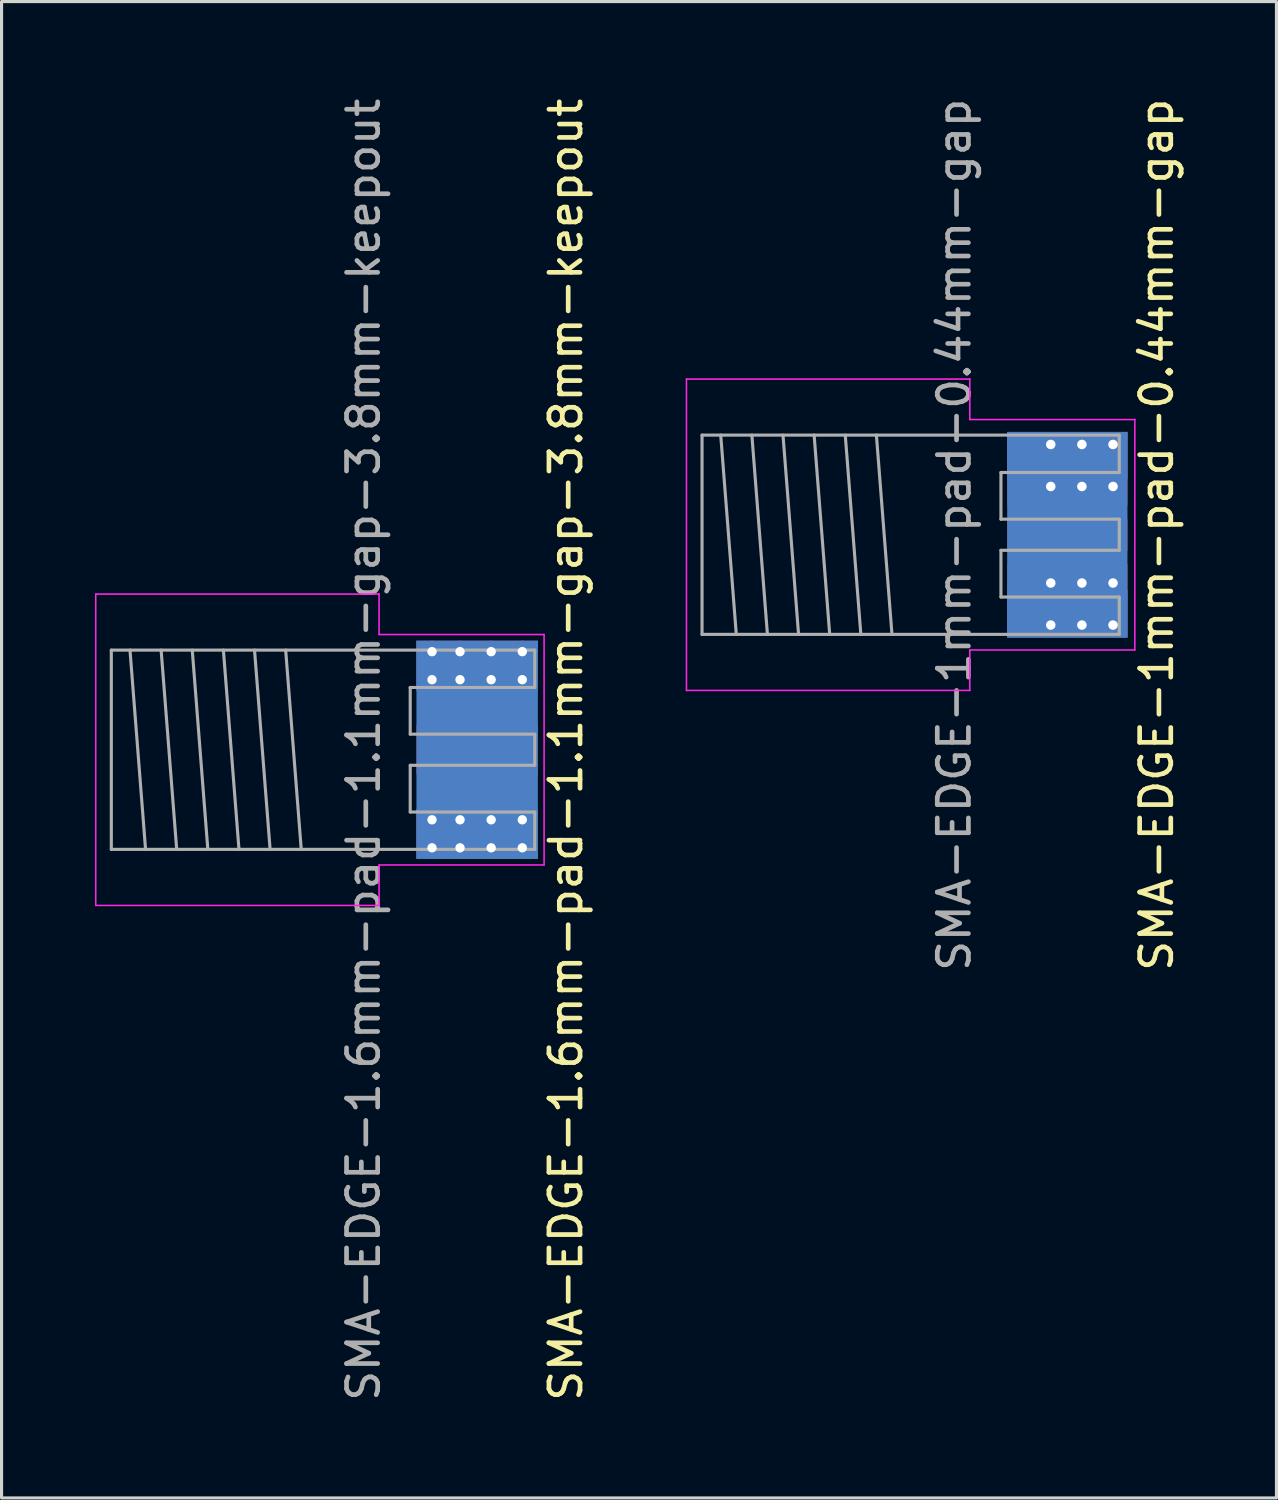
<source format=kicad_pcb>
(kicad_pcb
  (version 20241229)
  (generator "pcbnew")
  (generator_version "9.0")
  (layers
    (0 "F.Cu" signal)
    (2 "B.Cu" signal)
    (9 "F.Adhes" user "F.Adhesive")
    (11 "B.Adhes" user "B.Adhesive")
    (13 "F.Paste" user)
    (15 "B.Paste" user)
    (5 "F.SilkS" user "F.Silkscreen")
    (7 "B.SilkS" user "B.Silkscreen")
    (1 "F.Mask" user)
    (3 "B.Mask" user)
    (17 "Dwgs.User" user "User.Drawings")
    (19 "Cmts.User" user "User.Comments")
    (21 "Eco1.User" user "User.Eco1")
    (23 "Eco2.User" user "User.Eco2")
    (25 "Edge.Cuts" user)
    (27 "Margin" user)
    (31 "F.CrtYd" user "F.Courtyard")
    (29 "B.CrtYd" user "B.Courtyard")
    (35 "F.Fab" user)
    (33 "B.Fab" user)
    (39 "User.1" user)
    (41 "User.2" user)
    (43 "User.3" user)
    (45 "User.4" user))
  (footprint "SMA-EDGE-1mm-pad-0.44mm-gap"
    (layer "F.Cu")
    (at 29.098 14.125)
    (property "Reference" "SMA-EDGE-1mm-pad-0.44mm-gap" (at 5 0 90) (layer "F.SilkS") (effects (font (size 1 1) (thickness 0.15))))
    (attr through_hole)
    (fp_line (start -10.1 -5) (end -10.1 5) (stroke (width 0.05) (type solid)) (layer "F.CrtYd"))
    (fp_line (start -10.1 -5) (end -1 -5) (stroke (width 0.05) (type solid)) (layer "F.CrtYd"))
    (fp_line (start -10.1 5) (end -1 5) (stroke (width 0.05) (type solid)) (layer "F.CrtYd"))
    (fp_line (start -1 -5) (end -1 -3.7) (stroke (width 0.05) (type solid)) (layer "F.CrtYd"))
    (fp_line (start -1 3.7) (end 4.3 3.7) (stroke (width 0.05) (type solid)) (layer "F.CrtYd"))
    (fp_line (start -1 5) (end -1 3.7) (stroke (width 0.05) (type solid)) (layer "F.CrtYd"))
    (fp_line (start 4.3 -3.7) (end -1 -3.7) (stroke (width 0.05) (type solid)) (layer "F.CrtYd"))
    (fp_line (start 4.3 3.7) (end 4.3 -3.7) (stroke (width 0.05) (type solid)) (layer "F.CrtYd"))
    (fp_line (start -9.6 -3.2) (end 3.8 -3.2) (stroke (width 0.1) (type solid)) (layer "F.Fab"))
    (fp_line (start -9.6 3.2) (end -9.6 -3.2) (stroke (width 0.1) (type solid)) (layer "F.Fab"))
    (fp_line (start -9.6 3.2) (end 3.8 3.2) (stroke (width 0.1) (type solid)) (layer "F.Fab"))
    (fp_line (start -9 -3.2) (end -8.5 3.2) (stroke (width 0.1) (type solid)) (layer "F.Fab"))
    (fp_line (start -8 -3.2) (end -7.5 3.2) (stroke (width 0.1) (type solid)) (layer "F.Fab"))
    (fp_line (start -7 -3.2) (end -6.5 3.2) (stroke (width 0.1) (type solid)) (layer "F.Fab"))
    (fp_line (start -6 -3.2) (end -5.5 3.2) (stroke (width 0.1) (type solid)) (layer "F.Fab"))
    (fp_line (start -5 -3.2) (end -4.5 3.2) (stroke (width 0.1) (type solid)) (layer "F.Fab"))
    (fp_line (start -4 -3.2) (end -3.5 3.2) (stroke (width 0.1) (type solid)) (layer "F.Fab"))
    (fp_line (start 0 -2) (end 3.8 -2) (stroke (width 0.1) (type solid)) (layer "F.Fab"))
    (fp_line (start 0 -0.5) (end 0 -2) (stroke (width 0.1) (type solid)) (layer "F.Fab"))
    (fp_line (start 0 0.5) (end 3.8 0.5) (stroke (width 0.1) (type solid)) (layer "F.Fab"))
    (fp_line (start 0 2) (end 0 0.5) (stroke (width 0.1) (type solid)) (layer "F.Fab"))
    (fp_line (start 3.8 -2) (end 3.8 -3.2) (stroke (width 0.1) (type solid)) (layer "F.Fab"))
    (fp_line (start 3.8 -0.5) (end 0 -0.5) (stroke (width 0.1) (type solid)) (layer "F.Fab"))
    (fp_line (start 3.8 0.5) (end 3.8 -0.5) (stroke (width 0.1) (type solid)) (layer "F.Fab"))
    (fp_line (start 3.8 2) (end 0 2) (stroke (width 0.1) (type solid)) (layer "F.Fab"))
    (fp_line (start 3.8 3.2) (end 3.8 2) (stroke (width 0.1) (type solid)) (layer "F.Fab"))
    (fp_text user "${REFERENCE}" (at -1.5 0 90) (layer "F.Fab") (effects (font (size 1 1) (thickness 0.15))))
    (pad "1" smd rect (at 2.132 0) (size 3.864 1) (layers "F.Cu" "F.Mask"))
    (pad "2" thru_hole circle (at 1.6 -2.9) (size 0.762 0.762) (drill 0.305) (layers "*.Cu" "*.Mask"))
    (pad "2" thru_hole circle (at 1.6 -1.55) (size 0.762 0.762) (drill 0.305) (layers "*.Cu" "*.Mask"))
    (pad "2" thru_hole circle (at 1.6 1.55) (size 0.762 0.762) (drill 0.305) (layers "*.Cu" "*.Mask"))
    (pad "2" thru_hole circle (at 1.6 2.9) (size 0.762 0.762) (drill 0.305) (layers "*.Cu" "*.Mask"))
    (pad "2" smd rect (at 2.132 -2.54) (size 3.864 1.524) (layers "B.Cu" "B.Mask"))
    (pad "2" smd rect (at 2.132 -2.121) (size 3.864 2.362) (layers "F.Cu" "F.Mask"))
    (pad "2" smd rect (at 2.132 0) (size 3.864 6.604) (layers "B.Cu"))
    (pad "2" smd rect (at 2.132 2.121) (size 3.864 2.362) (layers "F.Cu" "F.Mask"))
    (pad "2" smd rect (at 2.132 2.54) (size 3.864 1.524) (layers "B.Cu" "B.Mask"))
    (pad "2" thru_hole circle (at 2.6 -2.9) (size 0.762 0.762) (drill 0.305) (layers "*.Cu" "*.Mask"))
    (pad "2" thru_hole circle (at 2.6 -1.55) (size 0.762 0.762) (drill 0.305) (layers "*.Cu" "*.Mask"))
    (pad "2" thru_hole circle (at 2.6 1.55) (size 0.762 0.762) (drill 0.305) (layers "*.Cu" "*.Mask"))
    (pad "2" thru_hole circle (at 2.6 2.9) (size 0.762 0.762) (drill 0.305) (layers "*.Cu" "*.Mask"))
    (pad "2" thru_hole circle (at 3.6 -2.9) (size 0.762 0.762) (drill 0.305) (layers "*.Cu" "*.Mask"))
    (pad "2" thru_hole circle (at 3.6 -1.55) (size 0.762 0.762) (drill 0.305) (layers "*.Cu" "*.Mask"))
    (pad "2" thru_hole circle (at 3.6 1.55) (size 0.762 0.762) (drill 0.305) (layers "*.Cu" "*.Mask"))
    (pad "2" thru_hole circle (at 3.6 2.9) (size 0.762 0.762) (drill 0.305) (layers "*.Cu" "*.Mask"))
    (zone (net_name "") (layer "In1.Cu") (name "SMA keepout") (hatch edge 0.508) (connect_pads) (min_thickness 0.254) (filled_areas_thickness no) (keepout (tracks not_allowed) (vias not_allowed) (pads not_allowed) (copperpour not_allowed) (footprints not_allowed)) (placement (enabled no)) (fill) (polygon (pts (xy 33.158 15.265) (xy 29.098 15.265) (xy 29.098 12.985) (xy 33.158 12.985)))))
  (footprint "SMA-EDGE-1.6mm-pad-1.1mm-gap-3.8mm-keepout"
    (layer "F.Cu")
    (at 10.125 21.03)
    (property "Reference" "SMA-EDGE-1.6mm-pad-1.1mm-gap-3.8mm-keepout" (at 5 0 90) (layer "F.SilkS") (effects (font (size 1 1) (thickness 0.15))))
    (attr through_hole)
    (fp_line (start -10.1 -5) (end -10.1 5) (stroke (width 0.05) (type solid)) (layer "F.CrtYd"))
    (fp_line (start -10.1 -5) (end -1 -5) (stroke (width 0.05) (type solid)) (layer "F.CrtYd"))
    (fp_line (start -10.1 5) (end -1 5) (stroke (width 0.05) (type solid)) (layer "F.CrtYd"))
    (fp_line (start -1 -5) (end -1 -3.7) (stroke (width 0.05) (type solid)) (layer "F.CrtYd"))
    (fp_line (start -1 3.7) (end 4.3 3.7) (stroke (width 0.05) (type solid)) (layer "F.CrtYd"))
    (fp_line (start -1 5) (end -1 3.7) (stroke (width 0.05) (type solid)) (layer "F.CrtYd"))
    (fp_line (start 4.3 -3.7) (end -1 -3.7) (stroke (width 0.05) (type solid)) (layer "F.CrtYd"))
    (fp_line (start 4.3 3.7) (end 4.3 -3.7) (stroke (width 0.05) (type solid)) (layer "F.CrtYd"))
    (fp_line (start -9.6 -3.2) (end 4 -3.2) (stroke (width 0.1) (type solid)) (layer "F.Fab"))
    (fp_line (start -9.6 3.2) (end -9.6 -3.2) (stroke (width 0.1) (type solid)) (layer "F.Fab"))
    (fp_line (start -9.6 3.2) (end 4 3.2) (stroke (width 0.1) (type solid)) (layer "F.Fab"))
    (fp_line (start -9 -3.2) (end -8.5 3.2) (stroke (width 0.1) (type solid)) (layer "F.Fab"))
    (fp_line (start -8 -3.2) (end -7.5 3.2) (stroke (width 0.1) (type solid)) (layer "F.Fab"))
    (fp_line (start -7 -3.2) (end -6.5 3.2) (stroke (width 0.1) (type solid)) (layer "F.Fab"))
    (fp_line (start -6 -3.2) (end -5.5 3.2) (stroke (width 0.1) (type solid)) (layer "F.Fab"))
    (fp_line (start -5 -3.2) (end -4.5 3.2) (stroke (width 0.1) (type solid)) (layer "F.Fab"))
    (fp_line (start -4 -3.2) (end -3.5 3.2) (stroke (width 0.1) (type solid)) (layer "F.Fab"))
    (fp_line (start 0 -2) (end 4 -2) (stroke (width 0.1) (type solid)) (layer "F.Fab"))
    (fp_line (start 0 -0.5) (end 0 -2) (stroke (width 0.1) (type solid)) (layer "F.Fab"))
    (fp_line (start 0 0.5) (end 4 0.5) (stroke (width 0.1) (type solid)) (layer "F.Fab"))
    (fp_line (start 0 2) (end 0 0.5) (stroke (width 0.1) (type solid)) (layer "F.Fab"))
    (fp_line (start 4 -2) (end 4 -3.2) (stroke (width 0.1) (type solid)) (layer "F.Fab"))
    (fp_line (start 4 -0.5) (end 0 -0.5) (stroke (width 0.1) (type solid)) (layer "F.Fab"))
    (fp_line (start 4 0.5) (end 4 -0.5) (stroke (width 0.1) (type solid)) (layer "F.Fab"))
    (fp_line (start 4 2) (end 0 2) (stroke (width 0.1) (type solid)) (layer "F.Fab"))
    (fp_line (start 4 3.2) (end 4 2) (stroke (width 0.1) (type solid)) (layer "F.Fab"))
    (fp_text user "${REFERENCE}" (at -1.5 0 90) (layer "F.Fab") (effects (font (size 1 1) (thickness 0.15))))
    (pad "1" smd rect (at 2.15 0) (size 3.9 1.6) (layers "F.Cu" "F.Mask"))
    (pad "2" thru_hole circle (at 0.7 -3.15) (size 0.7 0.7) (drill 0.3) (layers "*.Cu" "*.Mask"))
    (pad "2" thru_hole circle (at 0.7 -2.25) (size 0.7 0.7) (drill 0.3) (layers "*.Cu" "*.Mask"))
    (pad "2" thru_hole circle (at 0.7 2.25) (size 0.7 0.7) (drill 0.3) (layers "*.Cu" "*.Mask"))
    (pad "2" thru_hole circle (at 0.7 3.15) (size 0.7 0.7) (drill 0.3) (layers "*.Cu" "*.Mask"))
    (pad "2" thru_hole circle (at 1.6 -3.15) (size 0.7 0.7) (drill 0.3) (layers "*.Cu" "*.Mask"))
    (pad "2" thru_hole circle (at 1.6 -2.25) (size 0.7 0.7) (drill 0.3) (layers "*.Cu" "*.Mask"))
    (pad "2" thru_hole circle (at 1.6 2.25) (size 0.7 0.7) (drill 0.3) (layers "*.Cu" "*.Mask"))
    (pad "2" thru_hole circle (at 1.6 3.15) (size 0.7 0.7) (drill 0.3) (layers "*.Cu" "*.Mask"))
    (pad "2" smd rect (at 2.15 -2.7) (size 3.9 1.6) (layers "F.Cu" "F.Mask"))
    (pad "2" smd rect (at 2.15 -2.7) (size 3.9 1.6) (layers "B.Cu" "B.Mask"))
    (pad "2" smd rect (at 2.15 0) (size 3.9 7) (layers "B.Cu"))
    (pad "2" smd rect (at 2.15 2.7) (size 3.9 1.6) (layers "F.Cu" "F.Mask"))
    (pad "2" smd rect (at 2.15 2.7) (size 3.9 1.6) (layers "B.Cu" "B.Mask"))
    (pad "2" thru_hole circle (at 2.6 -3.15) (size 0.7 0.7) (drill 0.3) (layers "*.Cu" "*.Mask"))
    (pad "2" thru_hole circle (at 2.6 -2.25) (size 0.7 0.7) (drill 0.3) (layers "*.Cu" "*.Mask"))
    (pad "2" thru_hole circle (at 2.6 2.25) (size 0.7 0.7) (drill 0.3) (layers "*.Cu" "*.Mask"))
    (pad "2" thru_hole circle (at 2.6 3.15) (size 0.7 0.7) (drill 0.3) (layers "*.Cu" "*.Mask"))
    (pad "2" thru_hole circle (at 3.6 -3.15) (size 0.7 0.7) (drill 0.3) (layers "*.Cu" "*.Mask"))
    (pad "2" thru_hole circle (at 3.6 -2.25) (size 0.7 0.7) (drill 0.3) (layers "*.Cu" "*.Mask"))
    (pad "2" thru_hole circle (at 3.6 2.25) (size 0.7 0.7) (drill 0.3) (layers "*.Cu" "*.Mask"))
    (pad "2" thru_hole circle (at 3.6 3.15) (size 0.7 0.7) (drill 0.3) (layers "*.Cu" "*.Mask"))
    (zone (net_name "") (layer "In1.Cu") (name "SMA keepout") (hatch edge 0.508) (connect_pads) (min_thickness 0.254) (filled_areas_thickness no) (keepout (tracks not_allowed) (vias not_allowed) (pads not_allowed) (copperpour not_allowed) (footprints not_allowed)) (placement (enabled no)) (fill) (polygon (pts (xy 14.225 22.93) (xy 10.125 22.93) (xy 10.125 19.13) (xy 14.225 19.13)))))
  (gr_rect
    (start -3 -3)
    (end 37.947 45.06)
    (stroke (width 0.1) (type default))
    (fill no)
    (layer "Edge.Cuts")))
</source>
